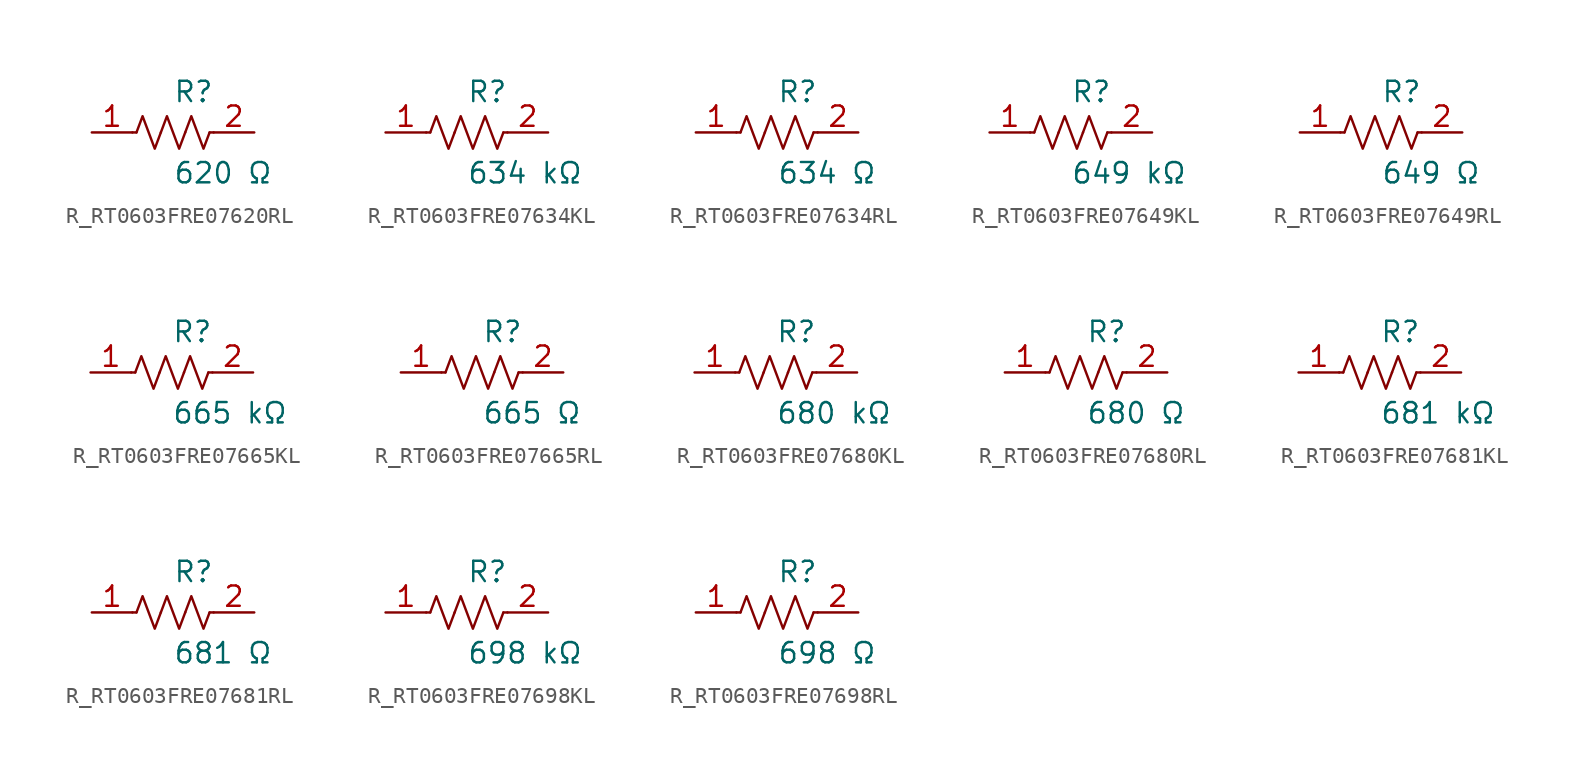
<source format=kicad_sym>
(kicad_symbol_lib
  (version 20231120)
  (generator kicad_symbol_editor)
  (generator_version 8.0)
  (symbol "R_RT0603FRE07620RL"
    (pin_names
      (offset 0.254))
    (property "Reference" "R"
      (at 0.0 2.54 0)
      (effects (font (size 1.27 1.27)) (justify left)))
    (property "Value" "620 Ω"
      (at 0.0 -2.54 0)
      (effects (font (size 1.27 1.27)) (justify left)))
    (symbol "R_RT0603FRE07620RL_0_1"
      (polyline (pts (xy 2.286 0) (xy 2.54 0)) (stroke (width 0) (type default)) (fill (type none)))
      (polyline (pts (xy -2.286 0) (xy -2.54 0)) (stroke (width 0) (type default)) (fill (type none)))
      (polyline (pts (xy 0.762 0) (xy 1.143 1.016) (xy 1.524 0) (xy 1.905 -1.016) (xy 2.286 0)) (stroke (width 0) (type default)) (fill (type none)))
      (polyline (pts (xy -0.762 0) (xy -0.381 1.016) (xy 0 0) (xy 0.381 -1.016) (xy 0.762 0)) (stroke (width 0) (type default)) (fill (type none)))
      (polyline (pts (xy -2.286 0) (xy -1.905 1.016) (xy -1.524 0) (xy -1.143 -1.016) (xy -0.762 0)) (stroke (width 0) (type default)) (fill (type none))))
    (pin unspecified line
      (at -5.08 0 0)
      (length 2.54)
      (name "" (effects (font (size 1.27 1.27))))
      (number "1" (effects (font (size 1.27 1.27)))))
    (pin unspecified line
      (at 5.08 0 180)
      (length 2.54)
      (name "" (effects (font (size 1.27 1.27))))
      (number "2" (effects (font (size 1.27 1.27))))))
  (symbol "R_RT0603FRE07634KL"
    (pin_names
      (offset 0.254))
    (property "Reference" "R"
      (at 0.0 2.54 0)
      (effects (font (size 1.27 1.27)) (justify left)))
    (property "Value" "634 kΩ"
      (at 0.0 -2.54 0)
      (effects (font (size 1.27 1.27)) (justify left)))
    (symbol "R_RT0603FRE07634KL_0_1"
      (polyline (pts (xy 2.286 0) (xy 2.54 0)) (stroke (width 0) (type default)) (fill (type none)))
      (polyline (pts (xy -2.286 0) (xy -2.54 0)) (stroke (width 0) (type default)) (fill (type none)))
      (polyline (pts (xy 0.762 0) (xy 1.143 1.016) (xy 1.524 0) (xy 1.905 -1.016) (xy 2.286 0)) (stroke (width 0) (type default)) (fill (type none)))
      (polyline (pts (xy -0.762 0) (xy -0.381 1.016) (xy 0 0) (xy 0.381 -1.016) (xy 0.762 0)) (stroke (width 0) (type default)) (fill (type none)))
      (polyline (pts (xy -2.286 0) (xy -1.905 1.016) (xy -1.524 0) (xy -1.143 -1.016) (xy -0.762 0)) (stroke (width 0) (type default)) (fill (type none))))
    (pin unspecified line
      (at -5.08 0 0)
      (length 2.54)
      (name "" (effects (font (size 1.27 1.27))))
      (number "1" (effects (font (size 1.27 1.27)))))
    (pin unspecified line
      (at 5.08 0 180)
      (length 2.54)
      (name "" (effects (font (size 1.27 1.27))))
      (number "2" (effects (font (size 1.27 1.27))))))
  (symbol "R_RT0603FRE07634RL"
    (pin_names
      (offset 0.254))
    (property "Reference" "R"
      (at 0.0 2.54 0)
      (effects (font (size 1.27 1.27)) (justify left)))
    (property "Value" "634 Ω"
      (at 0.0 -2.54 0)
      (effects (font (size 1.27 1.27)) (justify left)))
    (symbol "R_RT0603FRE07634RL_0_1"
      (polyline (pts (xy 2.286 0) (xy 2.54 0)) (stroke (width 0) (type default)) (fill (type none)))
      (polyline (pts (xy -2.286 0) (xy -2.54 0)) (stroke (width 0) (type default)) (fill (type none)))
      (polyline (pts (xy 0.762 0) (xy 1.143 1.016) (xy 1.524 0) (xy 1.905 -1.016) (xy 2.286 0)) (stroke (width 0) (type default)) (fill (type none)))
      (polyline (pts (xy -0.762 0) (xy -0.381 1.016) (xy 0 0) (xy 0.381 -1.016) (xy 0.762 0)) (stroke (width 0) (type default)) (fill (type none)))
      (polyline (pts (xy -2.286 0) (xy -1.905 1.016) (xy -1.524 0) (xy -1.143 -1.016) (xy -0.762 0)) (stroke (width 0) (type default)) (fill (type none))))
    (pin unspecified line
      (at -5.08 0 0)
      (length 2.54)
      (name "" (effects (font (size 1.27 1.27))))
      (number "1" (effects (font (size 1.27 1.27)))))
    (pin unspecified line
      (at 5.08 0 180)
      (length 2.54)
      (name "" (effects (font (size 1.27 1.27))))
      (number "2" (effects (font (size 1.27 1.27))))))
  (symbol "R_RT0603FRE07649KL"
    (pin_names
      (offset 0.254))
    (property "Reference" "R"
      (at 0.0 2.54 0)
      (effects (font (size 1.27 1.27)) (justify left)))
    (property "Value" "649 kΩ"
      (at 0.0 -2.54 0)
      (effects (font (size 1.27 1.27)) (justify left)))
    (symbol "R_RT0603FRE07649KL_0_1"
      (polyline (pts (xy 2.286 0) (xy 2.54 0)) (stroke (width 0) (type default)) (fill (type none)))
      (polyline (pts (xy -2.286 0) (xy -2.54 0)) (stroke (width 0) (type default)) (fill (type none)))
      (polyline (pts (xy 0.762 0) (xy 1.143 1.016) (xy 1.524 0) (xy 1.905 -1.016) (xy 2.286 0)) (stroke (width 0) (type default)) (fill (type none)))
      (polyline (pts (xy -0.762 0) (xy -0.381 1.016) (xy 0 0) (xy 0.381 -1.016) (xy 0.762 0)) (stroke (width 0) (type default)) (fill (type none)))
      (polyline (pts (xy -2.286 0) (xy -1.905 1.016) (xy -1.524 0) (xy -1.143 -1.016) (xy -0.762 0)) (stroke (width 0) (type default)) (fill (type none))))
    (pin unspecified line
      (at -5.08 0 0)
      (length 2.54)
      (name "" (effects (font (size 1.27 1.27))))
      (number "1" (effects (font (size 1.27 1.27)))))
    (pin unspecified line
      (at 5.08 0 180)
      (length 2.54)
      (name "" (effects (font (size 1.27 1.27))))
      (number "2" (effects (font (size 1.27 1.27))))))
  (symbol "R_RT0603FRE07649RL"
    (pin_names
      (offset 0.254))
    (property "Reference" "R"
      (at 0.0 2.54 0)
      (effects (font (size 1.27 1.27)) (justify left)))
    (property "Value" "649 Ω"
      (at 0.0 -2.54 0)
      (effects (font (size 1.27 1.27)) (justify left)))
    (symbol "R_RT0603FRE07649RL_0_1"
      (polyline (pts (xy 2.286 0) (xy 2.54 0)) (stroke (width 0) (type default)) (fill (type none)))
      (polyline (pts (xy -2.286 0) (xy -2.54 0)) (stroke (width 0) (type default)) (fill (type none)))
      (polyline (pts (xy 0.762 0) (xy 1.143 1.016) (xy 1.524 0) (xy 1.905 -1.016) (xy 2.286 0)) (stroke (width 0) (type default)) (fill (type none)))
      (polyline (pts (xy -0.762 0) (xy -0.381 1.016) (xy 0 0) (xy 0.381 -1.016) (xy 0.762 0)) (stroke (width 0) (type default)) (fill (type none)))
      (polyline (pts (xy -2.286 0) (xy -1.905 1.016) (xy -1.524 0) (xy -1.143 -1.016) (xy -0.762 0)) (stroke (width 0) (type default)) (fill (type none))))
    (pin unspecified line
      (at -5.08 0 0)
      (length 2.54)
      (name "" (effects (font (size 1.27 1.27))))
      (number "1" (effects (font (size 1.27 1.27)))))
    (pin unspecified line
      (at 5.08 0 180)
      (length 2.54)
      (name "" (effects (font (size 1.27 1.27))))
      (number "2" (effects (font (size 1.27 1.27))))))
  (symbol "R_RT0603FRE07665KL"
    (pin_names
      (offset 0.254))
    (property "Reference" "R"
      (at 0.0 2.54 0)
      (effects (font (size 1.27 1.27)) (justify left)))
    (property "Value" "665 kΩ"
      (at 0.0 -2.54 0)
      (effects (font (size 1.27 1.27)) (justify left)))
    (symbol "R_RT0603FRE07665KL_0_1"
      (polyline (pts (xy 2.286 0) (xy 2.54 0)) (stroke (width 0) (type default)) (fill (type none)))
      (polyline (pts (xy -2.286 0) (xy -2.54 0)) (stroke (width 0) (type default)) (fill (type none)))
      (polyline (pts (xy 0.762 0) (xy 1.143 1.016) (xy 1.524 0) (xy 1.905 -1.016) (xy 2.286 0)) (stroke (width 0) (type default)) (fill (type none)))
      (polyline (pts (xy -0.762 0) (xy -0.381 1.016) (xy 0 0) (xy 0.381 -1.016) (xy 0.762 0)) (stroke (width 0) (type default)) (fill (type none)))
      (polyline (pts (xy -2.286 0) (xy -1.905 1.016) (xy -1.524 0) (xy -1.143 -1.016) (xy -0.762 0)) (stroke (width 0) (type default)) (fill (type none))))
    (pin unspecified line
      (at -5.08 0 0)
      (length 2.54)
      (name "" (effects (font (size 1.27 1.27))))
      (number "1" (effects (font (size 1.27 1.27)))))
    (pin unspecified line
      (at 5.08 0 180)
      (length 2.54)
      (name "" (effects (font (size 1.27 1.27))))
      (number "2" (effects (font (size 1.27 1.27))))))
  (symbol "R_RT0603FRE07665RL"
    (pin_names
      (offset 0.254))
    (property "Reference" "R"
      (at 0.0 2.54 0)
      (effects (font (size 1.27 1.27)) (justify left)))
    (property "Value" "665 Ω"
      (at 0.0 -2.54 0)
      (effects (font (size 1.27 1.27)) (justify left)))
    (symbol "R_RT0603FRE07665RL_0_1"
      (polyline (pts (xy 2.286 0) (xy 2.54 0)) (stroke (width 0) (type default)) (fill (type none)))
      (polyline (pts (xy -2.286 0) (xy -2.54 0)) (stroke (width 0) (type default)) (fill (type none)))
      (polyline (pts (xy 0.762 0) (xy 1.143 1.016) (xy 1.524 0) (xy 1.905 -1.016) (xy 2.286 0)) (stroke (width 0) (type default)) (fill (type none)))
      (polyline (pts (xy -0.762 0) (xy -0.381 1.016) (xy 0 0) (xy 0.381 -1.016) (xy 0.762 0)) (stroke (width 0) (type default)) (fill (type none)))
      (polyline (pts (xy -2.286 0) (xy -1.905 1.016) (xy -1.524 0) (xy -1.143 -1.016) (xy -0.762 0)) (stroke (width 0) (type default)) (fill (type none))))
    (pin unspecified line
      (at -5.08 0 0)
      (length 2.54)
      (name "" (effects (font (size 1.27 1.27))))
      (number "1" (effects (font (size 1.27 1.27)))))
    (pin unspecified line
      (at 5.08 0 180)
      (length 2.54)
      (name "" (effects (font (size 1.27 1.27))))
      (number "2" (effects (font (size 1.27 1.27))))))
  (symbol "R_RT0603FRE07680KL"
    (pin_names
      (offset 0.254))
    (property "Reference" "R"
      (at 0.0 2.54 0)
      (effects (font (size 1.27 1.27)) (justify left)))
    (property "Value" "680 kΩ"
      (at 0.0 -2.54 0)
      (effects (font (size 1.27 1.27)) (justify left)))
    (symbol "R_RT0603FRE07680KL_0_1"
      (polyline (pts (xy 2.286 0) (xy 2.54 0)) (stroke (width 0) (type default)) (fill (type none)))
      (polyline (pts (xy -2.286 0) (xy -2.54 0)) (stroke (width 0) (type default)) (fill (type none)))
      (polyline (pts (xy 0.762 0) (xy 1.143 1.016) (xy 1.524 0) (xy 1.905 -1.016) (xy 2.286 0)) (stroke (width 0) (type default)) (fill (type none)))
      (polyline (pts (xy -0.762 0) (xy -0.381 1.016) (xy 0 0) (xy 0.381 -1.016) (xy 0.762 0)) (stroke (width 0) (type default)) (fill (type none)))
      (polyline (pts (xy -2.286 0) (xy -1.905 1.016) (xy -1.524 0) (xy -1.143 -1.016) (xy -0.762 0)) (stroke (width 0) (type default)) (fill (type none))))
    (pin unspecified line
      (at -5.08 0 0)
      (length 2.54)
      (name "" (effects (font (size 1.27 1.27))))
      (number "1" (effects (font (size 1.27 1.27)))))
    (pin unspecified line
      (at 5.08 0 180)
      (length 2.54)
      (name "" (effects (font (size 1.27 1.27))))
      (number "2" (effects (font (size 1.27 1.27))))))
  (symbol "R_RT0603FRE07680RL"
    (pin_names
      (offset 0.254))
    (property "Reference" "R"
      (at 0.0 2.54 0)
      (effects (font (size 1.27 1.27)) (justify left)))
    (property "Value" "680 Ω"
      (at 0.0 -2.54 0)
      (effects (font (size 1.27 1.27)) (justify left)))
    (symbol "R_RT0603FRE07680RL_0_1"
      (polyline (pts (xy 2.286 0) (xy 2.54 0)) (stroke (width 0) (type default)) (fill (type none)))
      (polyline (pts (xy -2.286 0) (xy -2.54 0)) (stroke (width 0) (type default)) (fill (type none)))
      (polyline (pts (xy 0.762 0) (xy 1.143 1.016) (xy 1.524 0) (xy 1.905 -1.016) (xy 2.286 0)) (stroke (width 0) (type default)) (fill (type none)))
      (polyline (pts (xy -0.762 0) (xy -0.381 1.016) (xy 0 0) (xy 0.381 -1.016) (xy 0.762 0)) (stroke (width 0) (type default)) (fill (type none)))
      (polyline (pts (xy -2.286 0) (xy -1.905 1.016) (xy -1.524 0) (xy -1.143 -1.016) (xy -0.762 0)) (stroke (width 0) (type default)) (fill (type none))))
    (pin unspecified line
      (at -5.08 0 0)
      (length 2.54)
      (name "" (effects (font (size 1.27 1.27))))
      (number "1" (effects (font (size 1.27 1.27)))))
    (pin unspecified line
      (at 5.08 0 180)
      (length 2.54)
      (name "" (effects (font (size 1.27 1.27))))
      (number "2" (effects (font (size 1.27 1.27))))))
  (symbol "R_RT0603FRE07681KL"
    (pin_names
      (offset 0.254))
    (property "Reference" "R"
      (at 0.0 2.54 0)
      (effects (font (size 1.27 1.27)) (justify left)))
    (property "Value" "681 kΩ"
      (at 0.0 -2.54 0)
      (effects (font (size 1.27 1.27)) (justify left)))
    (symbol "R_RT0603FRE07681KL_0_1"
      (polyline (pts (xy 2.286 0) (xy 2.54 0)) (stroke (width 0) (type default)) (fill (type none)))
      (polyline (pts (xy -2.286 0) (xy -2.54 0)) (stroke (width 0) (type default)) (fill (type none)))
      (polyline (pts (xy 0.762 0) (xy 1.143 1.016) (xy 1.524 0) (xy 1.905 -1.016) (xy 2.286 0)) (stroke (width 0) (type default)) (fill (type none)))
      (polyline (pts (xy -0.762 0) (xy -0.381 1.016) (xy 0 0) (xy 0.381 -1.016) (xy 0.762 0)) (stroke (width 0) (type default)) (fill (type none)))
      (polyline (pts (xy -2.286 0) (xy -1.905 1.016) (xy -1.524 0) (xy -1.143 -1.016) (xy -0.762 0)) (stroke (width 0) (type default)) (fill (type none))))
    (pin unspecified line
      (at -5.08 0 0)
      (length 2.54)
      (name "" (effects (font (size 1.27 1.27))))
      (number "1" (effects (font (size 1.27 1.27)))))
    (pin unspecified line
      (at 5.08 0 180)
      (length 2.54)
      (name "" (effects (font (size 1.27 1.27))))
      (number "2" (effects (font (size 1.27 1.27))))))
  (symbol "R_RT0603FRE07681RL"
    (pin_names
      (offset 0.254))
    (property "Reference" "R"
      (at 0.0 2.54 0)
      (effects (font (size 1.27 1.27)) (justify left)))
    (property "Value" "681 Ω"
      (at 0.0 -2.54 0)
      (effects (font (size 1.27 1.27)) (justify left)))
    (symbol "R_RT0603FRE07681RL_0_1"
      (polyline (pts (xy 2.286 0) (xy 2.54 0)) (stroke (width 0) (type default)) (fill (type none)))
      (polyline (pts (xy -2.286 0) (xy -2.54 0)) (stroke (width 0) (type default)) (fill (type none)))
      (polyline (pts (xy 0.762 0) (xy 1.143 1.016) (xy 1.524 0) (xy 1.905 -1.016) (xy 2.286 0)) (stroke (width 0) (type default)) (fill (type none)))
      (polyline (pts (xy -0.762 0) (xy -0.381 1.016) (xy 0 0) (xy 0.381 -1.016) (xy 0.762 0)) (stroke (width 0) (type default)) (fill (type none)))
      (polyline (pts (xy -2.286 0) (xy -1.905 1.016) (xy -1.524 0) (xy -1.143 -1.016) (xy -0.762 0)) (stroke (width 0) (type default)) (fill (type none))))
    (pin unspecified line
      (at -5.08 0 0)
      (length 2.54)
      (name "" (effects (font (size 1.27 1.27))))
      (number "1" (effects (font (size 1.27 1.27)))))
    (pin unspecified line
      (at 5.08 0 180)
      (length 2.54)
      (name "" (effects (font (size 1.27 1.27))))
      (number "2" (effects (font (size 1.27 1.27))))))
  (symbol "R_RT0603FRE07698KL"
    (pin_names
      (offset 0.254))
    (property "Reference" "R"
      (at 0.0 2.54 0)
      (effects (font (size 1.27 1.27)) (justify left)))
    (property "Value" "698 kΩ"
      (at 0.0 -2.54 0)
      (effects (font (size 1.27 1.27)) (justify left)))
    (symbol "R_RT0603FRE07698KL_0_1"
      (polyline (pts (xy 2.286 0) (xy 2.54 0)) (stroke (width 0) (type default)) (fill (type none)))
      (polyline (pts (xy -2.286 0) (xy -2.54 0)) (stroke (width 0) (type default)) (fill (type none)))
      (polyline (pts (xy 0.762 0) (xy 1.143 1.016) (xy 1.524 0) (xy 1.905 -1.016) (xy 2.286 0)) (stroke (width 0) (type default)) (fill (type none)))
      (polyline (pts (xy -0.762 0) (xy -0.381 1.016) (xy 0 0) (xy 0.381 -1.016) (xy 0.762 0)) (stroke (width 0) (type default)) (fill (type none)))
      (polyline (pts (xy -2.286 0) (xy -1.905 1.016) (xy -1.524 0) (xy -1.143 -1.016) (xy -0.762 0)) (stroke (width 0) (type default)) (fill (type none))))
    (pin unspecified line
      (at -5.08 0 0)
      (length 2.54)
      (name "" (effects (font (size 1.27 1.27))))
      (number "1" (effects (font (size 1.27 1.27)))))
    (pin unspecified line
      (at 5.08 0 180)
      (length 2.54)
      (name "" (effects (font (size 1.27 1.27))))
      (number "2" (effects (font (size 1.27 1.27))))))
  (symbol "R_RT0603FRE07698RL"
    (pin_names
      (offset 0.254))
    (property "Reference" "R"
      (at 0.0 2.54 0)
      (effects (font (size 1.27 1.27)) (justify left)))
    (property "Value" "698 Ω"
      (at 0.0 -2.54 0)
      (effects (font (size 1.27 1.27)) (justify left)))
    (symbol "R_RT0603FRE07698RL_0_1"
      (polyline (pts (xy 2.286 0) (xy 2.54 0)) (stroke (width 0) (type default)) (fill (type none)))
      (polyline (pts (xy -2.286 0) (xy -2.54 0)) (stroke (width 0) (type default)) (fill (type none)))
      (polyline (pts (xy 0.762 0) (xy 1.143 1.016) (xy 1.524 0) (xy 1.905 -1.016) (xy 2.286 0)) (stroke (width 0) (type default)) (fill (type none)))
      (polyline (pts (xy -0.762 0) (xy -0.381 1.016) (xy 0 0) (xy 0.381 -1.016) (xy 0.762 0)) (stroke (width 0) (type default)) (fill (type none)))
      (polyline (pts (xy -2.286 0) (xy -1.905 1.016) (xy -1.524 0) (xy -1.143 -1.016) (xy -0.762 0)) (stroke (width 0) (type default)) (fill (type none))))
    (pin unspecified line
      (at -5.08 0 0)
      (length 2.54)
      (name "" (effects (font (size 1.27 1.27))))
      (number "1" (effects (font (size 1.27 1.27)))))
    (pin unspecified line
      (at 5.08 0 180)
      (length 2.54)
      (name "" (effects (font (size 1.27 1.27))))
      (number "2" (effects (font (size 1.27 1.27)))))))
</source>
